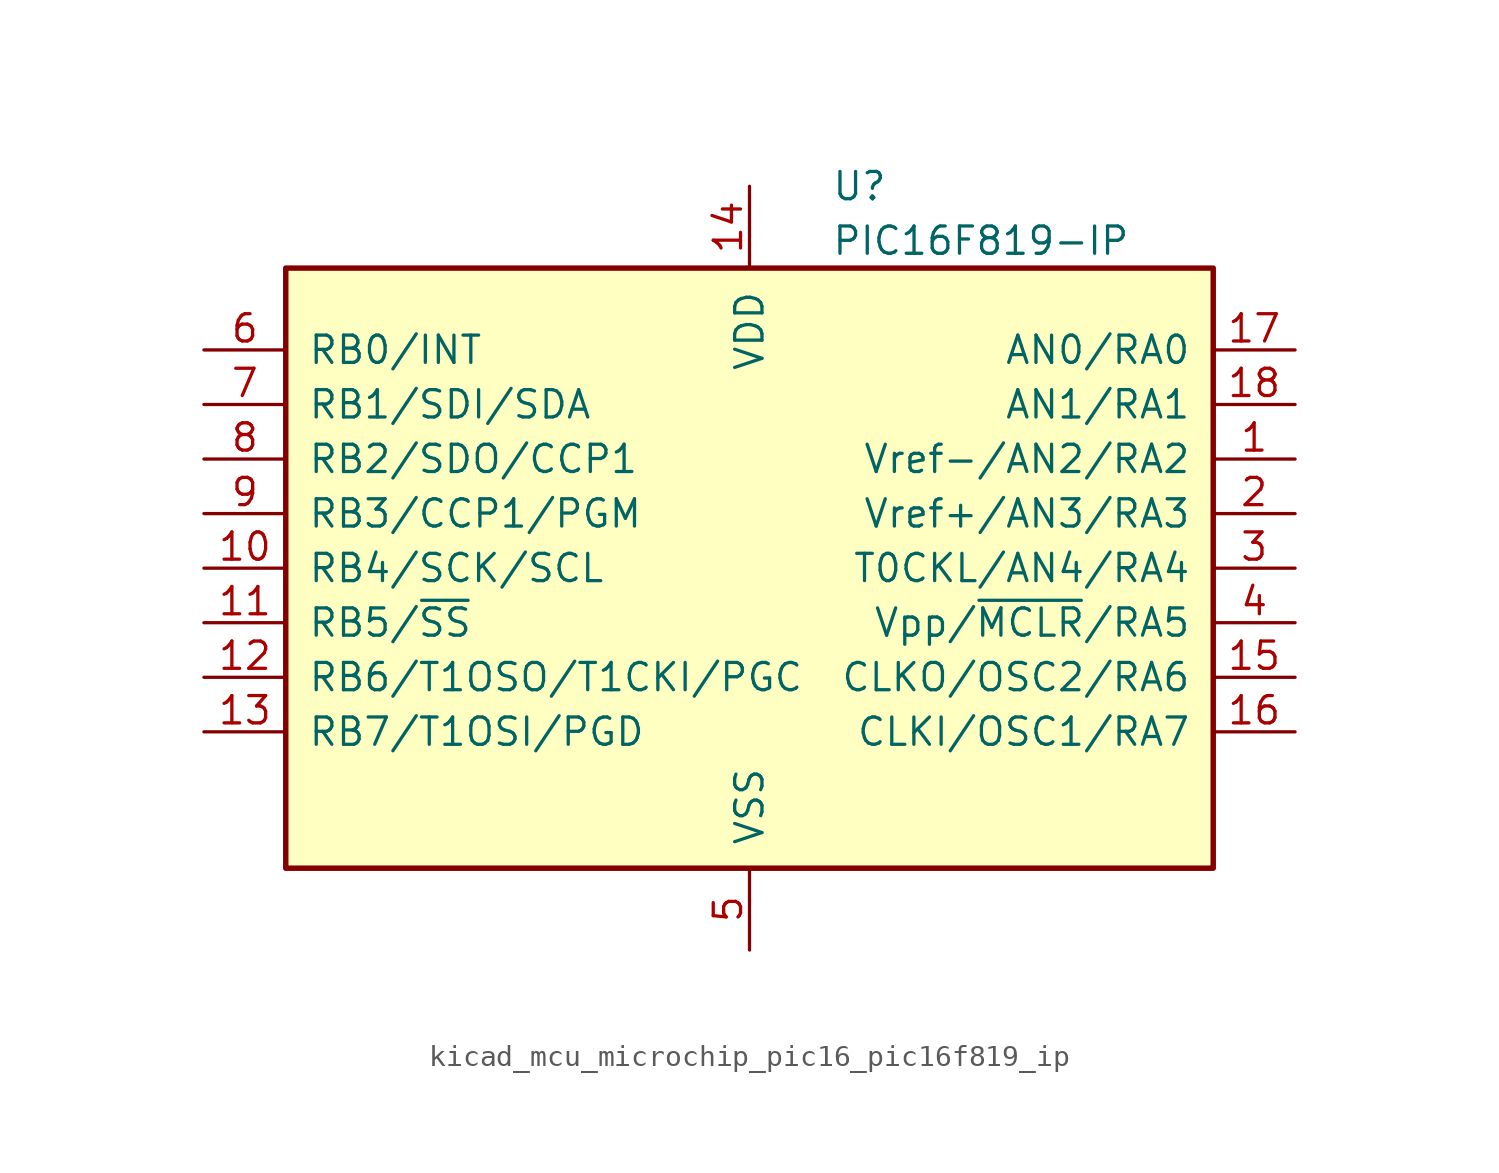
<source format=kicad_sym>
(kicad_symbol_lib
  (version 20220914)
  (generator kicad_symbol_editor)
  (symbol "kicad_mcu_microchip_pic16_pic16f819_ip"
    (pin_names
      (offset 1.016))
    (property "Reference" "U"
      (at 3.81 17.78 0)
      (effects (font (size 1.27 1.27)) (justify left)))
    (property "Value" "PIC16F819-IP"
      (at 3.81 15.24 0)
      (effects (font (size 1.27 1.27)) (justify left)))
    (symbol "kicad_mcu_microchip_pic16_pic16f819_ip_0_1"
      (rectangle (start -21.59 13.97) (end 21.59 -13.97) (stroke (width 0.254) (type default)) (fill (type background))))
    (symbol "kicad_mcu_microchip_pic16_pic16f819_ip_1_1"
      (pin bidirectional line (at 25.4 5.08 180) (length 3.81) (name "Vref-/AN2/RA2" (effects (font (size 1.27 1.27)))) (number "1" (effects (font (size 1.27 1.27)))))
      (pin bidirectional line (at -25.4 0 0) (length 3.81) (name "RB4/SCK/SCL" (effects (font (size 1.27 1.27)))) (number "10" (effects (font (size 1.27 1.27)))))
      (pin bidirectional line (at -25.4 -2.54 0) (length 3.81) (name "RB5/~{SS}" (effects (font (size 1.27 1.27)))) (number "11" (effects (font (size 1.27 1.27)))))
      (pin bidirectional line (at -25.4 -5.08 0) (length 3.81) (name "RB6/T1OSO/T1CKI/PGC" (effects (font (size 1.27 1.27)))) (number "12" (effects (font (size 1.27 1.27)))))
      (pin bidirectional line (at -25.4 -7.62 0) (length 3.81) (name "RB7/T1OSI/PGD" (effects (font (size 1.27 1.27)))) (number "13" (effects (font (size 1.27 1.27)))))
      (pin power_in line (at 0 17.78 270) (length 3.81) (name "VDD" (effects (font (size 1.27 1.27)))) (number "14" (effects (font (size 1.27 1.27)))))
      (pin bidirectional line (at 25.4 -5.08 180) (length 3.81) (name "CLKO/OSC2/RA6" (effects (font (size 1.27 1.27)))) (number "15" (effects (font (size 1.27 1.27)))))
      (pin bidirectional line (at 25.4 -7.62 180) (length 3.81) (name "CLKI/OSC1/RA7" (effects (font (size 1.27 1.27)))) (number "16" (effects (font (size 1.27 1.27)))))
      (pin bidirectional line (at 25.4 10.16 180) (length 3.81) (name "AN0/RA0" (effects (font (size 1.27 1.27)))) (number "17" (effects (font (size 1.27 1.27)))))
      (pin bidirectional line (at 25.4 7.62 180) (length 3.81) (name "AN1/RA1" (effects (font (size 1.27 1.27)))) (number "18" (effects (font (size 1.27 1.27)))))
      (pin bidirectional line (at 25.4 2.54 180) (length 3.81) (name "Vref+/AN3/RA3" (effects (font (size 1.27 1.27)))) (number "2" (effects (font (size 1.27 1.27)))))
      (pin bidirectional line (at 25.4 0 180) (length 3.81) (name "T0CKL/AN4/RA4" (effects (font (size 1.27 1.27)))) (number "3" (effects (font (size 1.27 1.27)))))
      (pin input line (at 25.4 -2.54 180) (length 3.81) (name "Vpp/~{MCLR}/RA5" (effects (font (size 1.27 1.27)))) (number "4" (effects (font (size 1.27 1.27)))))
      (pin power_in line (at 0 -17.78 90) (length 3.81) (name "VSS" (effects (font (size 1.27 1.27)))) (number "5" (effects (font (size 1.27 1.27)))))
      (pin bidirectional line (at -25.4 10.16 0) (length 3.81) (name "RB0/INT" (effects (font (size 1.27 1.27)))) (number "6" (effects (font (size 1.27 1.27)))))
      (pin bidirectional line (at -25.4 7.62 0) (length 3.81) (name "RB1/SDI/SDA" (effects (font (size 1.27 1.27)))) (number "7" (effects (font (size 1.27 1.27)))))
      (pin bidirectional line (at -25.4 5.08 0) (length 3.81) (name "RB2/SDO/CCP1" (effects (font (size 1.27 1.27)))) (number "8" (effects (font (size 1.27 1.27)))))
      (pin bidirectional line (at -25.4 2.54 0) (length 3.81) (name "RB3/CCP1/PGM" (effects (font (size 1.27 1.27)))) (number "9" (effects (font (size 1.27 1.27))))))))
</source>
